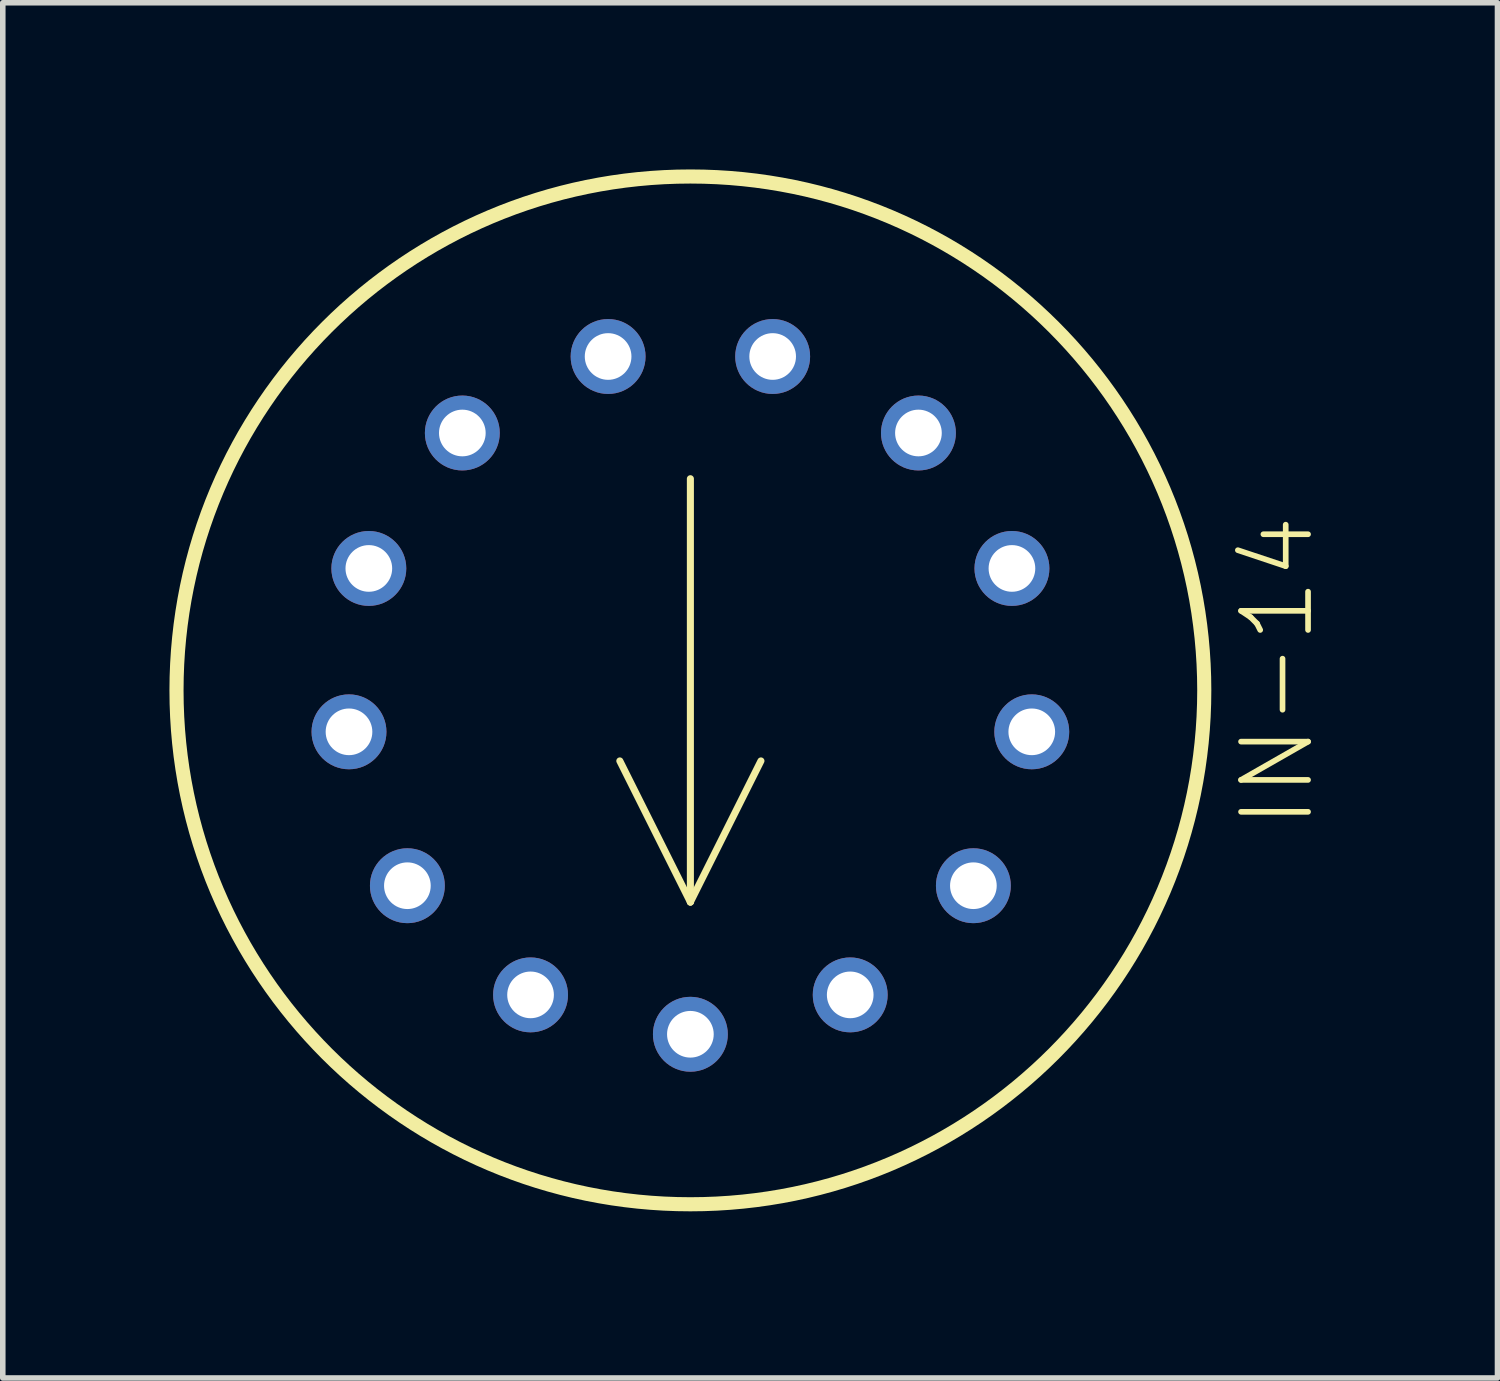
<source format=kicad_pcb>
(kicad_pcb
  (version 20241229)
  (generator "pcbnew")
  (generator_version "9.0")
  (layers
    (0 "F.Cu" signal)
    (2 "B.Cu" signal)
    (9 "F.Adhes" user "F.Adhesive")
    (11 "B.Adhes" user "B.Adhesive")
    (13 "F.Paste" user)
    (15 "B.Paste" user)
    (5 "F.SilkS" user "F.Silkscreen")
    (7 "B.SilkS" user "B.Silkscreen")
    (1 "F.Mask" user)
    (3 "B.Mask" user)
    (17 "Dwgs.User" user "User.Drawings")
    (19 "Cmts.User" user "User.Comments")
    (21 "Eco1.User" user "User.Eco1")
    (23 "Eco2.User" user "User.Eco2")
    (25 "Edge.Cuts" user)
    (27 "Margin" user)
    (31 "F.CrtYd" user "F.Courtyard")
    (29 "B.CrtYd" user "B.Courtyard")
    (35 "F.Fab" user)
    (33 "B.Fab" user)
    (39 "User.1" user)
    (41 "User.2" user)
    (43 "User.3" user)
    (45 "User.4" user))
  (footprint "IN-14"
    (layer "F.Cu")
    (at 9.377 9.377)
    (property "Reference" "IN-14" (at 11.271 2.54 90) (layer "F.SilkS") (effects (font (size 1.206 1.206) (thickness 0.102)) (justify left bottom)))
    (attr through_hole)
    (fp_line (start 0 -3.81) (end 0 3.81) (stroke (width 0.127) (type solid)) (layer "F.SilkS"))
    (fp_line (start 0 3.81) (end -1.27 1.27) (stroke (width 0.127) (type solid)) (layer "F.SilkS"))
    (fp_line (start 0 3.81) (end 1.27 1.27) (stroke (width 0.127) (type solid)) (layer "F.SilkS"))
    (fp_circle (center 0 0) (end 9.25 0) (stroke (width 0.254) (type solid)) (fill no) (layer "F.SilkS"))
    (pad "0" thru_hole circle (at -5.094 3.516) (size 1.348 1.348) (drill 0.84) (layers "*.Cu" "*.Mask"))
    (pad "1" thru_hole circle (at 5.094 3.516) (size 1.348 1.348) (drill 0.84) (layers "*.Cu" "*.Mask"))
    (pad "2" thru_hole circle (at 6.145 0.746) (size 1.348 1.348) (drill 0.84) (layers "*.Cu" "*.Mask"))
    (pad "3" thru_hole circle (at 5.788 -2.195) (size 1.348 1.348) (drill 0.84) (layers "*.Cu" "*.Mask"))
    (pad "4" thru_hole circle (at 4.105 -4.633) (size 1.348 1.348) (drill 0.84) (layers "*.Cu" "*.Mask"))
    (pad "5" thru_hole circle (at 1.481 -6.01) (size 1.348 1.348) (drill 0.84) (layers "*.Cu" "*.Mask"))
    (pad "6" thru_hole circle (at -1.481 -6.01) (size 1.348 1.348) (drill 0.84) (layers "*.Cu" "*.Mask"))
    (pad "7" thru_hole circle (at -4.105 -4.633) (size 1.348 1.348) (drill 0.84) (layers "*.Cu" "*.Mask"))
    (pad "8" thru_hole circle (at -5.788 -2.195) (size 1.348 1.348) (drill 0.84) (layers "*.Cu" "*.Mask"))
    (pad "9" thru_hole circle (at -6.145 0.746) (size 1.348 1.348) (drill 0.84) (layers "*.Cu" "*.Mask"))
    (pad "A" thru_hole circle (at 0 6.19) (size 1.348 1.348) (drill 0.84) (layers "*.Cu" "*.Mask"))
    (pad "LHDP" thru_hole circle (at 2.877 5.481) (size 1.348 1.348) (drill 0.84) (layers "*.Cu" "*.Mask"))
    (pad "RHDP" thru_hole circle (at -2.877 5.481) (size 1.348 1.348) (drill 0.84) (layers "*.Cu" "*.Mask")))
  (gr_rect
    (start -3 -3)
    (end 23.905 21.754)
    (stroke (width 0.1) (type default))
    (fill no)
    (layer "Edge.Cuts")))
</source>
